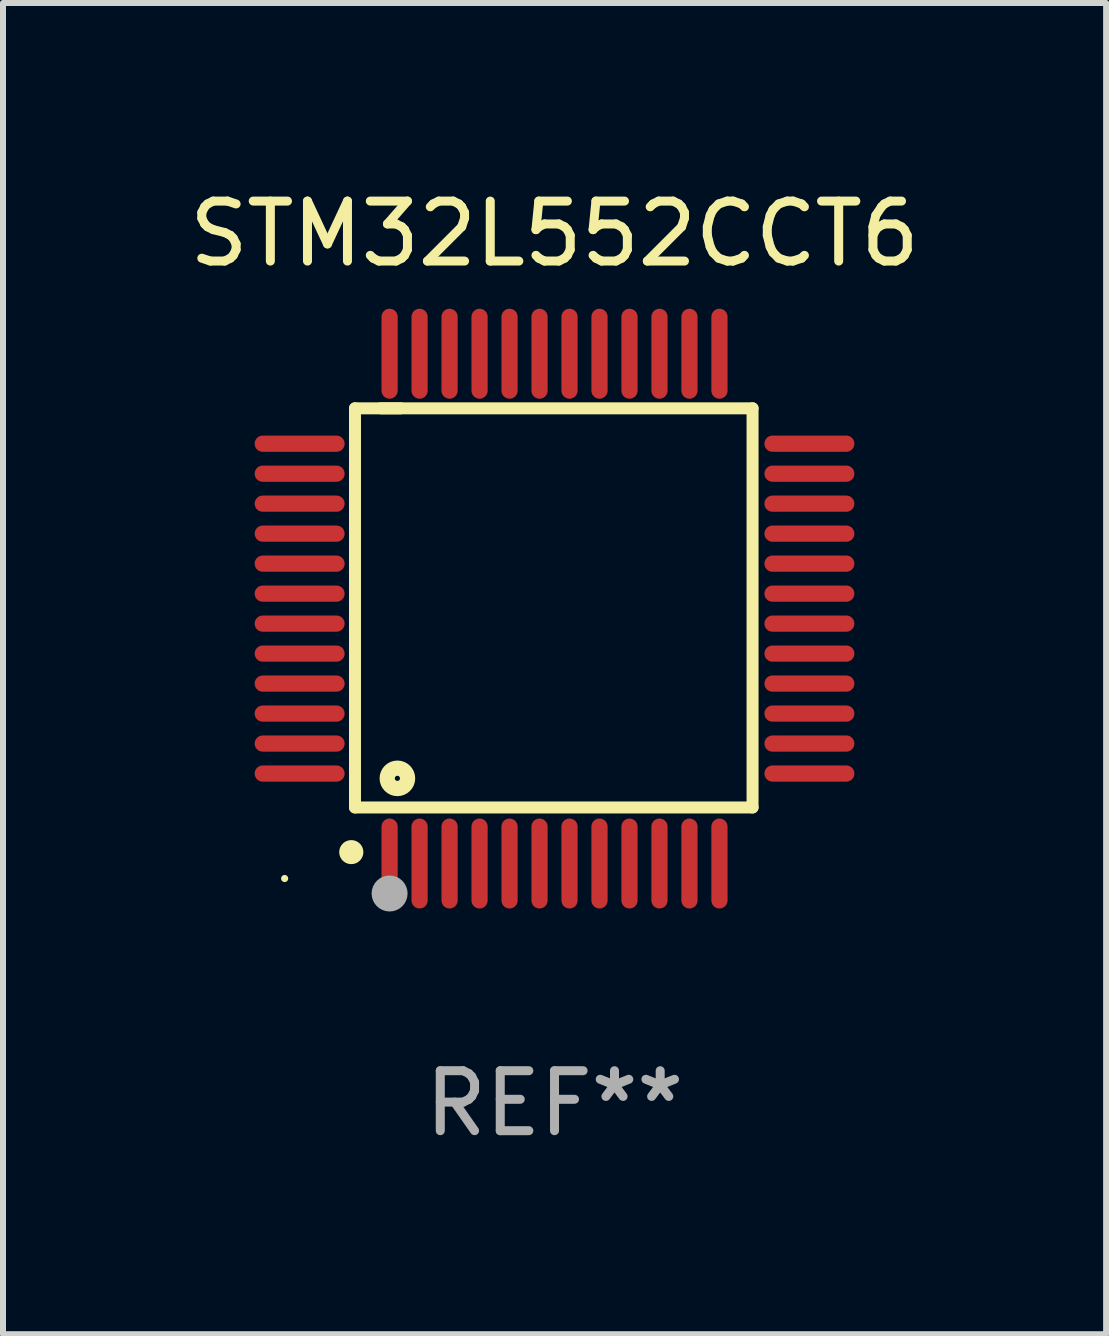
<source format=kicad_pcb>
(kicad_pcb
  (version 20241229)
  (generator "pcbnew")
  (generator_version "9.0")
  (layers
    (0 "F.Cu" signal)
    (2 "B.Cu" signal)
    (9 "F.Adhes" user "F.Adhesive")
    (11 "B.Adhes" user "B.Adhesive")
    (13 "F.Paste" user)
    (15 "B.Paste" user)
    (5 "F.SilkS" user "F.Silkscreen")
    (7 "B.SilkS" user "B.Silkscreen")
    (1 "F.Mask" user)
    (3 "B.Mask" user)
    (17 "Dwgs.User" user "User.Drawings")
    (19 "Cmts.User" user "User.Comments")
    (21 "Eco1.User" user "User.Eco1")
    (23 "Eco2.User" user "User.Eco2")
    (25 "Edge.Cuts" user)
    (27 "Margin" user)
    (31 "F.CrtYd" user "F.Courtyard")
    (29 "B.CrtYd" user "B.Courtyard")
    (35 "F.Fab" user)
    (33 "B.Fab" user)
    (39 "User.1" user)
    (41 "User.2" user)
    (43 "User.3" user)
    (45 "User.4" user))
  (footprint "STM32L552CCT6"
    (layer "F.Cu")
    (at 6.196 7.098)
    (property "Reference" "STM32L552CCT6" (at 0 -6.25 0) (layer "F.SilkS") (effects (font (size 1 1) (thickness 0.15))))
    (attr through_hole)
    (fp_line (start -3.327 -3.34) (end -2.565 -3.34) (stroke (width 0.2) (type solid)) (layer "F.SilkS"))
    (fp_line (start -3.327 3.315) (end -3.327 -3.34) (stroke (width 0.2) (type solid)) (layer "F.SilkS"))
    (fp_line (start -2.896 -3.34) (end 3.302 -3.34) (stroke (width 0.2) (type solid)) (layer "F.SilkS"))
    (fp_line (start 3.302 -3.34) (end 3.302 3.315) (stroke (width 0.2) (type solid)) (layer "F.SilkS"))
    (fp_line (start 3.302 3.315) (end -3.327 3.315) (stroke (width 0.2) (type solid)) (layer "F.SilkS"))
    (fp_arc (start -3.389992 4.059995) (mid -3.388722 4.059991) (end -3.387452 4.059995) (stroke (width 0.4) (type solid)) (layer "F.SilkS"))
    (fp_circle (center -4.5 4.5) (end -4.47 4.5) (stroke (width 0.06) (type solid)) (fill no) (layer "F.SilkS"))
    (fp_circle (center -2.62 2.83) (end -2.45 2.83) (stroke (width 0.254) (type solid)) (fill no) (layer "F.SilkS"))
    (fp_circle (center -2.75 4.75) (end -2.6 4.75) (stroke (width 0.3) (type solid)) (fill no) (layer "F.Fab"))
    (fp_text user "REF**" (at 0 8.25 0) (layer "F.Fab") (effects (font (size 1 1) (thickness 0.15))))
    (pad "1" smd oval (at -2.75 4.25) (size 0.27 1.5) (layers "F.Cu" "F.Mask" "F.Paste"))
    (pad "2" smd oval (at -2.25 4.25) (size 0.27 1.5) (layers "F.Cu" "F.Mask" "F.Paste"))
    (pad "3" smd oval (at -1.75 4.25) (size 0.27 1.5) (layers "F.Cu" "F.Mask" "F.Paste"))
    (pad "4" smd oval (at -1.25 4.25) (size 0.27 1.5) (layers "F.Cu" "F.Mask" "F.Paste"))
    (pad "5" smd oval (at -0.75 4.25) (size 0.27 1.5) (layers "F.Cu" "F.Mask" "F.Paste"))
    (pad "6" smd oval (at -0.25 4.25) (size 0.27 1.5) (layers "F.Cu" "F.Mask" "F.Paste"))
    (pad "7" smd oval (at 0.25 4.25) (size 0.27 1.5) (layers "F.Cu" "F.Mask" "F.Paste"))
    (pad "8" smd oval (at 0.75 4.25) (size 0.27 1.5) (layers "F.Cu" "F.Mask" "F.Paste"))
    (pad "9" smd oval (at 1.25 4.25) (size 0.27 1.5) (layers "F.Cu" "F.Mask" "F.Paste"))
    (pad "10" smd oval (at 1.75 4.25) (size 0.27 1.5) (layers "F.Cu" "F.Mask" "F.Paste"))
    (pad "11" smd oval (at 2.25 4.25) (size 0.27 1.5) (layers "F.Cu" "F.Mask" "F.Paste"))
    (pad "12" smd oval (at 2.75 4.25) (size 0.27 1.5) (layers "F.Cu" "F.Mask" "F.Paste"))
    (pad "13" smd oval (at 4.25 2.75) (size 1.5 0.27) (layers "F.Cu" "F.Mask" "F.Paste"))
    (pad "14" smd oval (at 4.25 2.25) (size 1.5 0.27) (layers "F.Cu" "F.Mask" "F.Paste"))
    (pad "15" smd oval (at 4.25 1.75) (size 1.5 0.27) (layers "F.Cu" "F.Mask" "F.Paste"))
    (pad "16" smd oval (at 4.25 1.25) (size 1.5 0.27) (layers "F.Cu" "F.Mask" "F.Paste"))
    (pad "17" smd oval (at 4.25 0.75) (size 1.5 0.27) (layers "F.Cu" "F.Mask" "F.Paste"))
    (pad "18" smd oval (at 4.25 0.25) (size 1.5 0.27) (layers "F.Cu" "F.Mask" "F.Paste"))
    (pad "19" smd oval (at 4.25 -0.25) (size 1.5 0.27) (layers "F.Cu" "F.Mask" "F.Paste"))
    (pad "20" smd oval (at 4.25 -0.75) (size 1.5 0.27) (layers "F.Cu" "F.Mask" "F.Paste"))
    (pad "21" smd oval (at 4.25 -1.25) (size 1.5 0.27) (layers "F.Cu" "F.Mask" "F.Paste"))
    (pad "22" smd oval (at 4.25 -1.75) (size 1.5 0.27) (layers "F.Cu" "F.Mask" "F.Paste"))
    (pad "23" smd oval (at 4.25 -2.25) (size 1.5 0.27) (layers "F.Cu" "F.Mask" "F.Paste"))
    (pad "24" smd oval (at 4.25 -2.75) (size 1.5 0.27) (layers "F.Cu" "F.Mask" "F.Paste"))
    (pad "25" smd oval (at 2.75 -4.25) (size 0.27 1.5) (layers "F.Cu" "F.Mask" "F.Paste"))
    (pad "26" smd oval (at 2.25 -4.25) (size 0.27 1.5) (layers "F.Cu" "F.Mask" "F.Paste"))
    (pad "27" smd oval (at 1.75 -4.25) (size 0.27 1.5) (layers "F.Cu" "F.Mask" "F.Paste"))
    (pad "28" smd oval (at 1.25 -4.25) (size 0.27 1.5) (layers "F.Cu" "F.Mask" "F.Paste"))
    (pad "29" smd oval (at 0.75 -4.25) (size 0.27 1.5) (layers "F.Cu" "F.Mask" "F.Paste"))
    (pad "30" smd oval (at 0.25 -4.25) (size 0.27 1.5) (layers "F.Cu" "F.Mask" "F.Paste"))
    (pad "31" smd oval (at -0.25 -4.25) (size 0.27 1.5) (layers "F.Cu" "F.Mask" "F.Paste"))
    (pad "32" smd oval (at -0.75 -4.25) (size 0.27 1.5) (layers "F.Cu" "F.Mask" "F.Paste"))
    (pad "33" smd oval (at -1.25 -4.25) (size 0.27 1.5) (layers "F.Cu" "F.Mask" "F.Paste"))
    (pad "34" smd oval (at -1.75 -4.25) (size 0.27 1.5) (layers "F.Cu" "F.Mask" "F.Paste"))
    (pad "35" smd oval (at -2.25 -4.25) (size 0.27 1.5) (layers "F.Cu" "F.Mask" "F.Paste"))
    (pad "36" smd oval (at -2.75 -4.25) (size 0.27 1.5) (layers "F.Cu" "F.Mask" "F.Paste"))
    (pad "37" smd oval (at -4.25 -2.75) (size 1.5 0.27) (layers "F.Cu" "F.Mask" "F.Paste"))
    (pad "38" smd oval (at -4.25 -2.25) (size 1.5 0.27) (layers "F.Cu" "F.Mask" "F.Paste"))
    (pad "39" smd oval (at -4.25 -1.75) (size 1.5 0.27) (layers "F.Cu" "F.Mask" "F.Paste"))
    (pad "40" smd oval (at -4.25 -1.25) (size 1.5 0.27) (layers "F.Cu" "F.Mask" "F.Paste"))
    (pad "41" smd oval (at -4.25 -0.75) (size 1.5 0.27) (layers "F.Cu" "F.Mask" "F.Paste"))
    (pad "42" smd oval (at -4.25 -0.25) (size 1.5 0.27) (layers "F.Cu" "F.Mask" "F.Paste"))
    (pad "43" smd oval (at -4.25 0.25) (size 1.5 0.27) (layers "F.Cu" "F.Mask" "F.Paste"))
    (pad "44" smd oval (at -4.25 0.75) (size 1.5 0.27) (layers "F.Cu" "F.Mask" "F.Paste"))
    (pad "45" smd oval (at -4.25 1.25) (size 1.5 0.27) (layers "F.Cu" "F.Mask" "F.Paste"))
    (pad "46" smd oval (at -4.25 1.75) (size 1.5 0.27) (layers "F.Cu" "F.Mask" "F.Paste"))
    (pad "47" smd oval (at -4.25 2.25) (size 1.5 0.27) (layers "F.Cu" "F.Mask" "F.Paste"))
    (pad "48" smd oval (at -4.25 2.75) (size 1.5 0.27) (layers "F.Cu" "F.Mask" "F.Paste")))
  (gr_rect
    (start -3 -3)
    (end 15.393 19.196)
    (stroke (width 0.1) (type default))
    (fill no)
    (layer "Edge.Cuts")))
</source>
